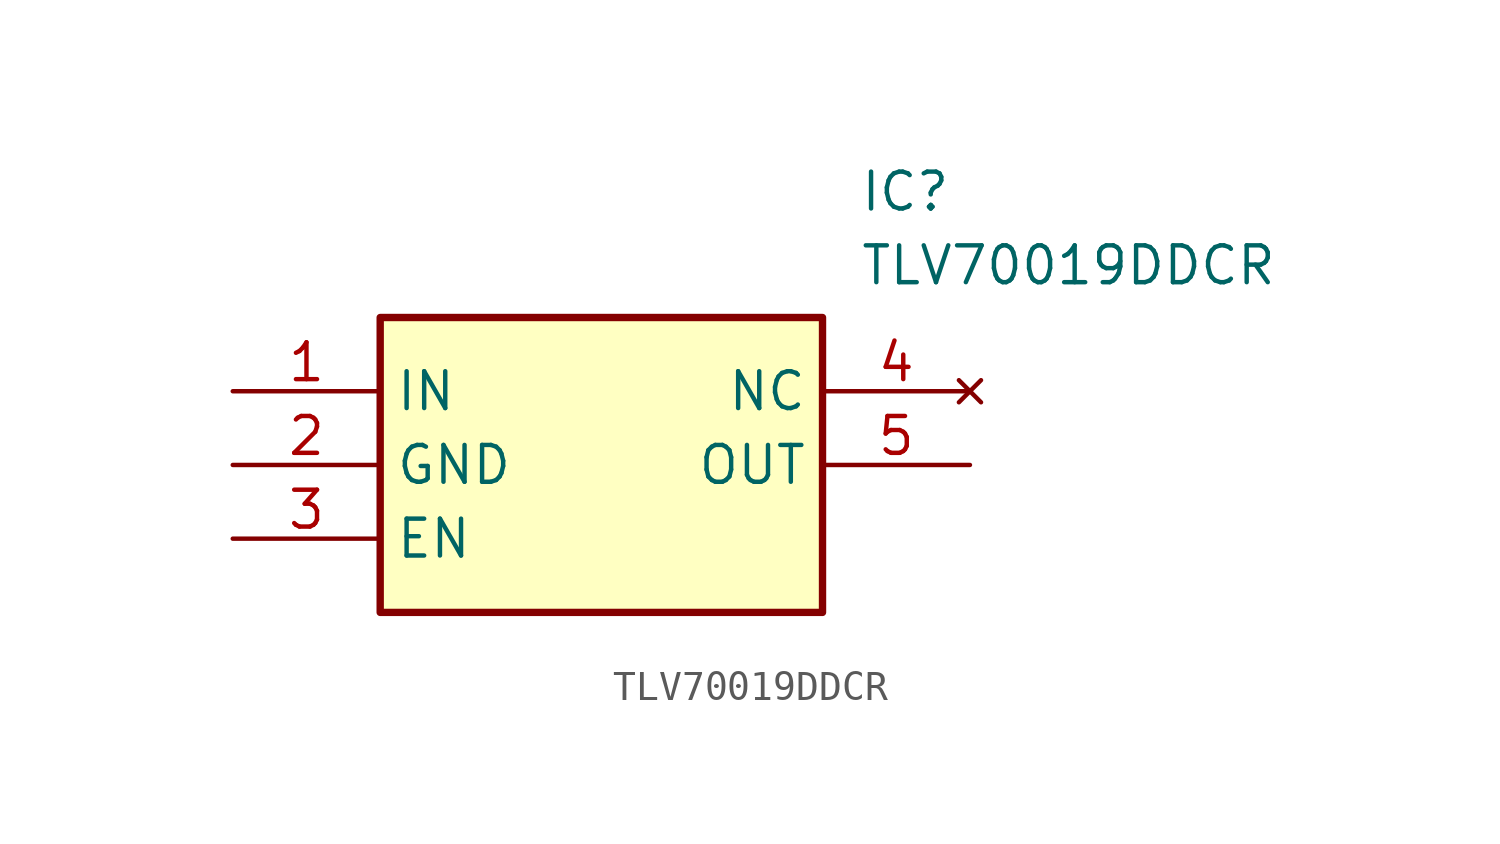
<source format=kicad_sym>
(kicad_symbol_lib
  (version 20211014)
  (generator SamacSys_ECAD_Model)
  (symbol "TLV70019DDCR"
    (property "Reference" "IC"
      (at 21.59 7.62 0)
      (effects (font (size 1.27 1.27)) (justify left top)))
    (property "Value" "TLV70019DDCR"
      (at 21.59 5.08 0)
      (effects (font (size 1.27 1.27)) (justify left top)))
    (rectangle
      (start 5.08 2.54)
      (end 20.32 -7.62)
      (stroke (width 0.254) (type default))
      (fill (type background)))
    (pin input line
      (at 0 0 0)
      (length 5.08)
      (name "IN" (effects (font (size 1.27 1.27))))
      (number "1" (effects (font (size 1.27 1.27)))))
    (pin power_in line
      (at 0 -2.54 0)
      (length 5.08)
      (name "GND" (effects (font (size 1.27 1.27))))
      (number "2" (effects (font (size 1.27 1.27)))))
    (pin input line
      (at 0 -5.08 0)
      (length 5.08)
      (name "EN" (effects (font (size 1.27 1.27))))
      (number "3" (effects (font (size 1.27 1.27)))))
    (pin no_connect line
      (at 25.4 0 180)
      (length 5.08)
      (name "NC" (effects (font (size 1.27 1.27))))
      (number "4" (effects (font (size 1.27 1.27)))))
    (pin output line
      (at 25.4 -2.54 180)
      (length 5.08)
      (name "OUT" (effects (font (size 1.27 1.27))))
      (number "5" (effects (font (size 1.27 1.27)))))))
</source>
